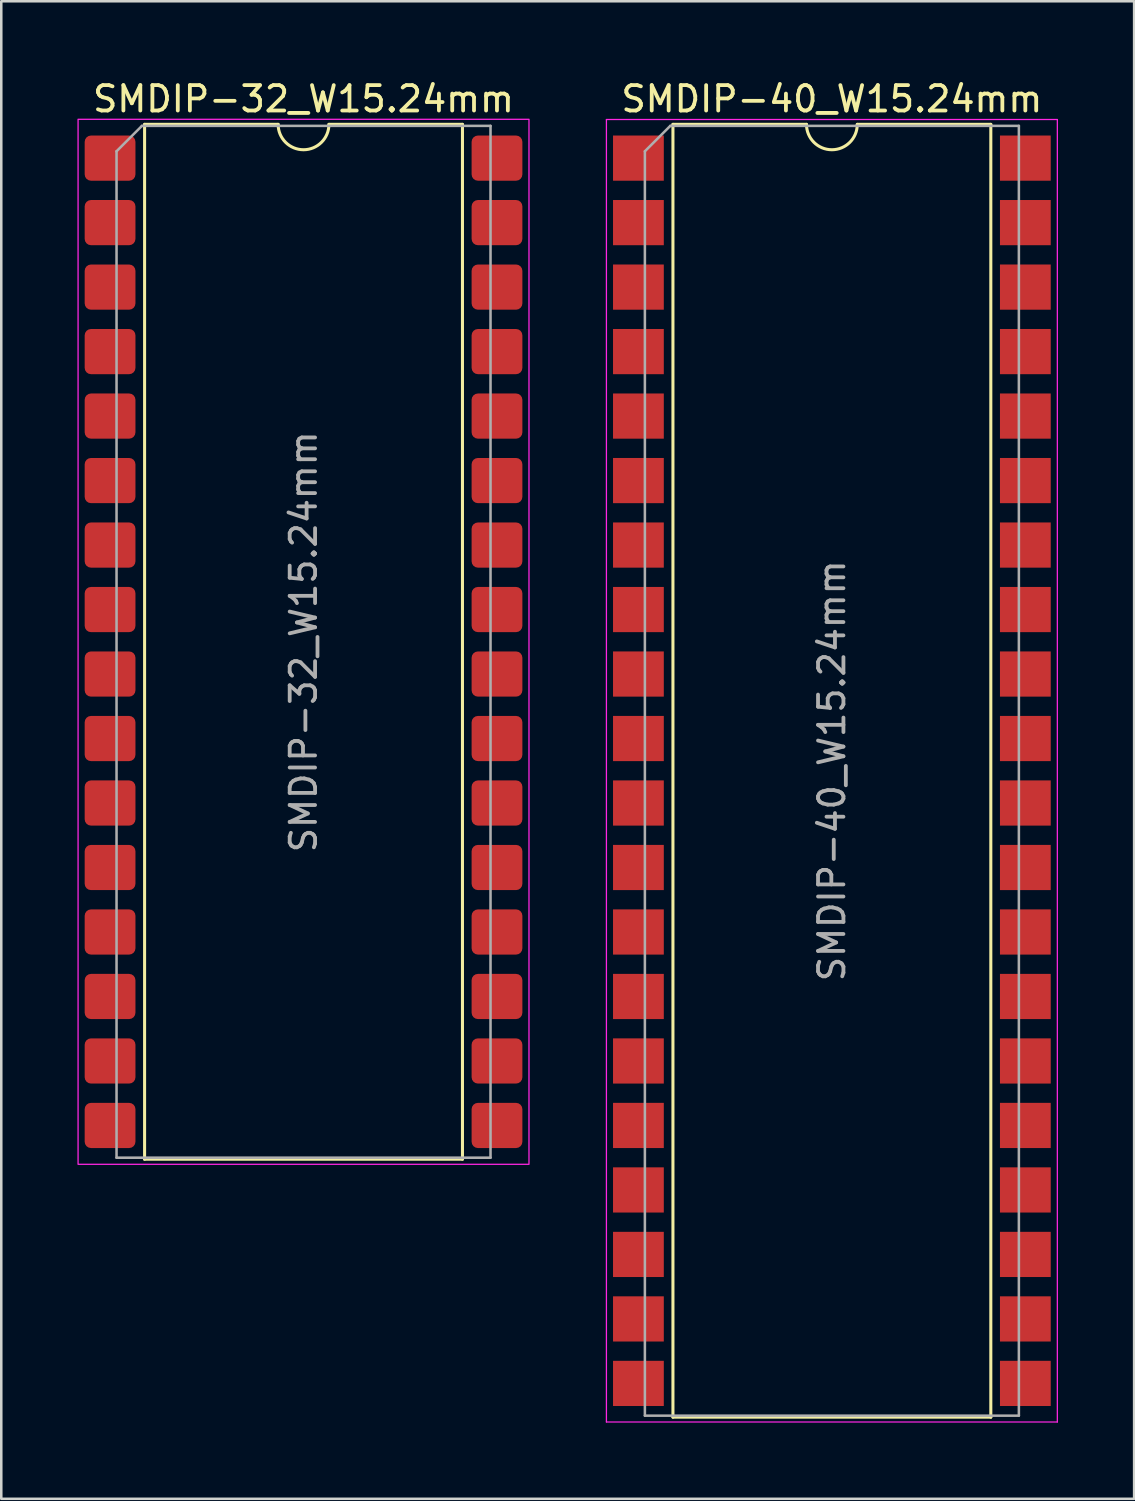
<source format=kicad_pcb>
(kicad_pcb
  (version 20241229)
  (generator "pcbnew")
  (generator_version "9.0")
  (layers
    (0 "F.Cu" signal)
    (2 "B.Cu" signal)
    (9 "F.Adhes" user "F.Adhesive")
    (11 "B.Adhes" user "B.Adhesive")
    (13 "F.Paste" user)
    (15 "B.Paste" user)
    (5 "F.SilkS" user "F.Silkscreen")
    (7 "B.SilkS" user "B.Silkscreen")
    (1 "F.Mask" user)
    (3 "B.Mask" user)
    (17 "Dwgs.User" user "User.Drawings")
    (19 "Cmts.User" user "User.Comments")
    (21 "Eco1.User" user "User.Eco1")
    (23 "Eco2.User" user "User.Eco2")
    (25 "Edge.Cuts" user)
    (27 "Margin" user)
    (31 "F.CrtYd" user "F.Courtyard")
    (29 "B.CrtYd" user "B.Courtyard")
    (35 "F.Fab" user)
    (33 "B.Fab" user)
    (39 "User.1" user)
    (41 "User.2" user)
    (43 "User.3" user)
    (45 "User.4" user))
  (footprint "SMDIP-32_W15.24mm"
    (layer "F.Cu")
    (at 8.905 22.228)
    (property "Reference" "SMDIP-32_W15.24mm" (at 0 -21.38 0) (layer "F.SilkS") (effects (font (size 1 1) (thickness 0.15))))
    (attr smd)
    (fp_line (start -6.26 -20.38) (end -6.26 20.38) (stroke (width 0.12) (type solid)) (layer "F.SilkS"))
    (fp_line (start -6.26 20.38) (end 6.26 20.38) (stroke (width 0.12) (type solid)) (layer "F.SilkS"))
    (fp_line (start -1 -20.38) (end -6.26 -20.38) (stroke (width 0.12) (type solid)) (layer "F.SilkS"))
    (fp_line (start 6.26 -20.38) (end 1 -20.38) (stroke (width 0.12) (type solid)) (layer "F.SilkS"))
    (fp_line (start 6.26 20.38) (end 6.26 -20.38) (stroke (width 0.12) (type solid)) (layer "F.SilkS"))
    (fp_arc (start 1 -20.38) (mid 0 -19.38) (end -1 -20.38) (stroke (width 0.12) (type solid)) (layer "F.SilkS"))
    (fp_rect (start -8.88 -20.58) (end 8.88 20.58) (stroke (width 0.05) (type solid)) (fill no) (layer "F.CrtYd"))
    (fp_line (start -7.365 -19.32) (end -6.365 -20.32) (stroke (width 0.1) (type solid)) (layer "F.Fab"))
    (fp_line (start -7.365 20.32) (end -7.365 -19.32) (stroke (width 0.1) (type solid)) (layer "F.Fab"))
    (fp_line (start -6.365 -20.32) (end 7.365 -20.32) (stroke (width 0.1) (type solid)) (layer "F.Fab"))
    (fp_line (start 7.365 -20.32) (end 7.365 20.32) (stroke (width 0.1) (type solid)) (layer "F.Fab"))
    (fp_line (start 7.365 20.32) (end -7.365 20.32) (stroke (width 0.1) (type solid)) (layer "F.Fab"))
    (fp_text user "${REFERENCE}" (at 0 0 90) (layer "F.Fab") (effects (font (size 1 1) (thickness 0.15))))
    (pad "1" smd roundrect (at -7.62 -19.05) (size 2 1.78) (layers "F.Cu" "F.Mask" "F.Paste") (roundrect_rratio 0.14))
    (pad "2" smd roundrect (at -7.62 -16.51) (size 2 1.78) (layers "F.Cu" "F.Mask" "F.Paste") (roundrect_rratio 0.14))
    (pad "3" smd roundrect (at -7.62 -13.97) (size 2 1.78) (layers "F.Cu" "F.Mask" "F.Paste") (roundrect_rratio 0.14))
    (pad "4" smd roundrect (at -7.62 -11.43) (size 2 1.78) (layers "F.Cu" "F.Mask" "F.Paste") (roundrect_rratio 0.14))
    (pad "5" smd roundrect (at -7.62 -8.89) (size 2 1.78) (layers "F.Cu" "F.Mask" "F.Paste") (roundrect_rratio 0.14))
    (pad "6" smd roundrect (at -7.62 -6.35) (size 2 1.78) (layers "F.Cu" "F.Mask" "F.Paste") (roundrect_rratio 0.14))
    (pad "7" smd roundrect (at -7.62 -3.81) (size 2 1.78) (layers "F.Cu" "F.Mask" "F.Paste") (roundrect_rratio 0.14))
    (pad "8" smd roundrect (at -7.62 -1.27) (size 2 1.78) (layers "F.Cu" "F.Mask" "F.Paste") (roundrect_rratio 0.14))
    (pad "9" smd roundrect (at -7.62 1.27) (size 2 1.78) (layers "F.Cu" "F.Mask" "F.Paste") (roundrect_rratio 0.14))
    (pad "10" smd roundrect (at -7.62 3.81) (size 2 1.78) (layers "F.Cu" "F.Mask" "F.Paste") (roundrect_rratio 0.14))
    (pad "11" smd roundrect (at -7.62 6.35) (size 2 1.78) (layers "F.Cu" "F.Mask" "F.Paste") (roundrect_rratio 0.14))
    (pad "12" smd roundrect (at -7.62 8.89) (size 2 1.78) (layers "F.Cu" "F.Mask" "F.Paste") (roundrect_rratio 0.14))
    (pad "13" smd roundrect (at -7.62 11.43) (size 2 1.78) (layers "F.Cu" "F.Mask" "F.Paste") (roundrect_rratio 0.14))
    (pad "14" smd roundrect (at -7.62 13.97) (size 2 1.78) (layers "F.Cu" "F.Mask" "F.Paste") (roundrect_rratio 0.14))
    (pad "15" smd roundrect (at -7.62 16.51) (size 2 1.78) (layers "F.Cu" "F.Mask" "F.Paste") (roundrect_rratio 0.14))
    (pad "16" smd roundrect (at -7.62 19.05) (size 2 1.78) (layers "F.Cu" "F.Mask" "F.Paste") (roundrect_rratio 0.14))
    (pad "17" smd roundrect (at 7.62 19.05) (size 2 1.78) (layers "F.Cu" "F.Mask" "F.Paste") (roundrect_rratio 0.14))
    (pad "18" smd roundrect (at 7.62 16.51) (size 2 1.78) (layers "F.Cu" "F.Mask" "F.Paste") (roundrect_rratio 0.14))
    (pad "19" smd roundrect (at 7.62 13.97) (size 2 1.78) (layers "F.Cu" "F.Mask" "F.Paste") (roundrect_rratio 0.14))
    (pad "20" smd roundrect (at 7.62 11.43) (size 2 1.78) (layers "F.Cu" "F.Mask" "F.Paste") (roundrect_rratio 0.14))
    (pad "21" smd roundrect (at 7.62 8.89) (size 2 1.78) (layers "F.Cu" "F.Mask" "F.Paste") (roundrect_rratio 0.14))
    (pad "22" smd roundrect (at 7.62 6.35) (size 2 1.78) (layers "F.Cu" "F.Mask" "F.Paste") (roundrect_rratio 0.14))
    (pad "23" smd roundrect (at 7.62 3.81) (size 2 1.78) (layers "F.Cu" "F.Mask" "F.Paste") (roundrect_rratio 0.14))
    (pad "24" smd roundrect (at 7.62 1.27) (size 2 1.78) (layers "F.Cu" "F.Mask" "F.Paste") (roundrect_rratio 0.14))
    (pad "25" smd roundrect (at 7.62 -1.27) (size 2 1.78) (layers "F.Cu" "F.Mask" "F.Paste") (roundrect_rratio 0.14))
    (pad "26" smd roundrect (at 7.62 -3.81) (size 2 1.78) (layers "F.Cu" "F.Mask" "F.Paste") (roundrect_rratio 0.14))
    (pad "27" smd roundrect (at 7.62 -6.35) (size 2 1.78) (layers "F.Cu" "F.Mask" "F.Paste") (roundrect_rratio 0.14))
    (pad "28" smd roundrect (at 7.62 -8.89) (size 2 1.78) (layers "F.Cu" "F.Mask" "F.Paste") (roundrect_rratio 0.14))
    (pad "29" smd roundrect (at 7.62 -11.43) (size 2 1.78) (layers "F.Cu" "F.Mask" "F.Paste") (roundrect_rratio 0.14))
    (pad "30" smd roundrect (at 7.62 -13.97) (size 2 1.78) (layers "F.Cu" "F.Mask" "F.Paste") (roundrect_rratio 0.14))
    (pad "31" smd roundrect (at 7.62 -16.51) (size 2 1.78) (layers "F.Cu" "F.Mask" "F.Paste") (roundrect_rratio 0.14))
    (pad "32" smd roundrect (at 7.62 -19.05) (size 2 1.78) (layers "F.Cu" "F.Mask" "F.Paste") (roundrect_rratio 0.14)))
  (footprint "SMDIP-40_W15.24mm"
    (layer "F.Cu")
    (at 29.715 27.308)
    (property "Reference" "SMDIP-40_W15.24mm" (at 0 -26.46 0) (layer "F.SilkS") (effects (font (size 1 1) (thickness 0.15))))
    (attr smd)
    (fp_line (start -6.26 -25.46) (end -6.26 25.46) (stroke (width 0.12) (type solid)) (layer "F.SilkS"))
    (fp_line (start -6.26 25.46) (end 6.26 25.46) (stroke (width 0.12) (type solid)) (layer "F.SilkS"))
    (fp_line (start -1 -25.46) (end -6.26 -25.46) (stroke (width 0.12) (type solid)) (layer "F.SilkS"))
    (fp_line (start 6.26 -25.46) (end 1 -25.46) (stroke (width 0.12) (type solid)) (layer "F.SilkS"))
    (fp_line (start 6.26 25.46) (end 6.26 -25.46) (stroke (width 0.12) (type solid)) (layer "F.SilkS"))
    (fp_arc (start 1 -25.46) (mid 0 -24.46) (end -1 -25.46) (stroke (width 0.12) (type solid)) (layer "F.SilkS"))
    (fp_line (start -8.88 -25.65) (end -8.88 25.65) (stroke (width 0.05) (type solid)) (layer "F.CrtYd"))
    (fp_line (start -8.88 25.65) (end 8.88 25.65) (stroke (width 0.05) (type solid)) (layer "F.CrtYd"))
    (fp_line (start 8.88 -25.65) (end -8.88 -25.65) (stroke (width 0.05) (type solid)) (layer "F.CrtYd"))
    (fp_line (start 8.88 25.65) (end 8.88 -25.65) (stroke (width 0.05) (type solid)) (layer "F.CrtYd"))
    (fp_line (start -7.365 -24.4) (end -6.365 -25.4) (stroke (width 0.1) (type solid)) (layer "F.Fab"))
    (fp_line (start -7.365 25.4) (end -7.365 -24.4) (stroke (width 0.1) (type solid)) (layer "F.Fab"))
    (fp_line (start -6.365 -25.4) (end 7.365 -25.4) (stroke (width 0.1) (type solid)) (layer "F.Fab"))
    (fp_line (start 7.365 -25.4) (end 7.365 25.4) (stroke (width 0.1) (type solid)) (layer "F.Fab"))
    (fp_line (start 7.365 25.4) (end -7.365 25.4) (stroke (width 0.1) (type solid)) (layer "F.Fab"))
    (fp_text user "${REFERENCE}" (at 0 0 90) (layer "F.Fab") (effects (font (size 1 1) (thickness 0.15))))
    (pad "1" smd rect (at -7.62 -24.13) (size 2 1.78) (layers "F.Cu" "F.Mask" "F.Paste"))
    (pad "2" smd rect (at -7.62 -21.59) (size 2 1.78) (layers "F.Cu" "F.Mask" "F.Paste"))
    (pad "3" smd rect (at -7.62 -19.05) (size 2 1.78) (layers "F.Cu" "F.Mask" "F.Paste"))
    (pad "4" smd rect (at -7.62 -16.51) (size 2 1.78) (layers "F.Cu" "F.Mask" "F.Paste"))
    (pad "5" smd rect (at -7.62 -13.97) (size 2 1.78) (layers "F.Cu" "F.Mask" "F.Paste"))
    (pad "6" smd rect (at -7.62 -11.43) (size 2 1.78) (layers "F.Cu" "F.Mask" "F.Paste"))
    (pad "7" smd rect (at -7.62 -8.89) (size 2 1.78) (layers "F.Cu" "F.Mask" "F.Paste"))
    (pad "8" smd rect (at -7.62 -6.35) (size 2 1.78) (layers "F.Cu" "F.Mask" "F.Paste"))
    (pad "9" smd rect (at -7.62 -3.81) (size 2 1.78) (layers "F.Cu" "F.Mask" "F.Paste"))
    (pad "10" smd rect (at -7.62 -1.27) (size 2 1.78) (layers "F.Cu" "F.Mask" "F.Paste"))
    (pad "11" smd rect (at -7.62 1.27) (size 2 1.78) (layers "F.Cu" "F.Mask" "F.Paste"))
    (pad "12" smd rect (at -7.62 3.81) (size 2 1.78) (layers "F.Cu" "F.Mask" "F.Paste"))
    (pad "13" smd rect (at -7.62 6.35) (size 2 1.78) (layers "F.Cu" "F.Mask" "F.Paste"))
    (pad "14" smd rect (at -7.62 8.89) (size 2 1.78) (layers "F.Cu" "F.Mask" "F.Paste"))
    (pad "15" smd rect (at -7.62 11.43) (size 2 1.78) (layers "F.Cu" "F.Mask" "F.Paste"))
    (pad "16" smd rect (at -7.62 13.97) (size 2 1.78) (layers "F.Cu" "F.Mask" "F.Paste"))
    (pad "17" smd rect (at -7.62 16.51) (size 2 1.78) (layers "F.Cu" "F.Mask" "F.Paste"))
    (pad "18" smd rect (at -7.62 19.05) (size 2 1.78) (layers "F.Cu" "F.Mask" "F.Paste"))
    (pad "19" smd rect (at -7.62 21.59) (size 2 1.78) (layers "F.Cu" "F.Mask" "F.Paste"))
    (pad "20" smd rect (at -7.62 24.13) (size 2 1.78) (layers "F.Cu" "F.Mask" "F.Paste"))
    (pad "21" smd rect (at 7.62 24.13) (size 2 1.78) (layers "F.Cu" "F.Mask" "F.Paste"))
    (pad "22" smd rect (at 7.62 21.59) (size 2 1.78) (layers "F.Cu" "F.Mask" "F.Paste"))
    (pad "23" smd rect (at 7.62 19.05) (size 2 1.78) (layers "F.Cu" "F.Mask" "F.Paste"))
    (pad "24" smd rect (at 7.62 16.51) (size 2 1.78) (layers "F.Cu" "F.Mask" "F.Paste"))
    (pad "25" smd rect (at 7.62 13.97) (size 2 1.78) (layers "F.Cu" "F.Mask" "F.Paste"))
    (pad "26" smd rect (at 7.62 11.43) (size 2 1.78) (layers "F.Cu" "F.Mask" "F.Paste"))
    (pad "27" smd rect (at 7.62 8.89) (size 2 1.78) (layers "F.Cu" "F.Mask" "F.Paste"))
    (pad "28" smd rect (at 7.62 6.35) (size 2 1.78) (layers "F.Cu" "F.Mask" "F.Paste"))
    (pad "29" smd rect (at 7.62 3.81) (size 2 1.78) (layers "F.Cu" "F.Mask" "F.Paste"))
    (pad "30" smd rect (at 7.62 1.27) (size 2 1.78) (layers "F.Cu" "F.Mask" "F.Paste"))
    (pad "31" smd rect (at 7.62 -1.27) (size 2 1.78) (layers "F.Cu" "F.Mask" "F.Paste"))
    (pad "32" smd rect (at 7.62 -3.81) (size 2 1.78) (layers "F.Cu" "F.Mask" "F.Paste"))
    (pad "33" smd rect (at 7.62 -6.35) (size 2 1.78) (layers "F.Cu" "F.Mask" "F.Paste"))
    (pad "34" smd rect (at 7.62 -8.89) (size 2 1.78) (layers "F.Cu" "F.Mask" "F.Paste"))
    (pad "35" smd rect (at 7.62 -11.43) (size 2 1.78) (layers "F.Cu" "F.Mask" "F.Paste"))
    (pad "36" smd rect (at 7.62 -13.97) (size 2 1.78) (layers "F.Cu" "F.Mask" "F.Paste"))
    (pad "37" smd rect (at 7.62 -16.51) (size 2 1.78) (layers "F.Cu" "F.Mask" "F.Paste"))
    (pad "38" smd rect (at 7.62 -19.05) (size 2 1.78) (layers "F.Cu" "F.Mask" "F.Paste"))
    (pad "39" smd rect (at 7.62 -21.59) (size 2 1.78) (layers "F.Cu" "F.Mask" "F.Paste"))
    (pad "40" smd rect (at 7.62 -24.13) (size 2 1.78) (layers "F.Cu" "F.Mask" "F.Paste")))
  (gr_rect
    (start -3 -3)
    (end 41.62 55.983)
    (stroke (width 0.1) (type default))
    (fill no)
    (layer "Edge.Cuts")))
</source>
